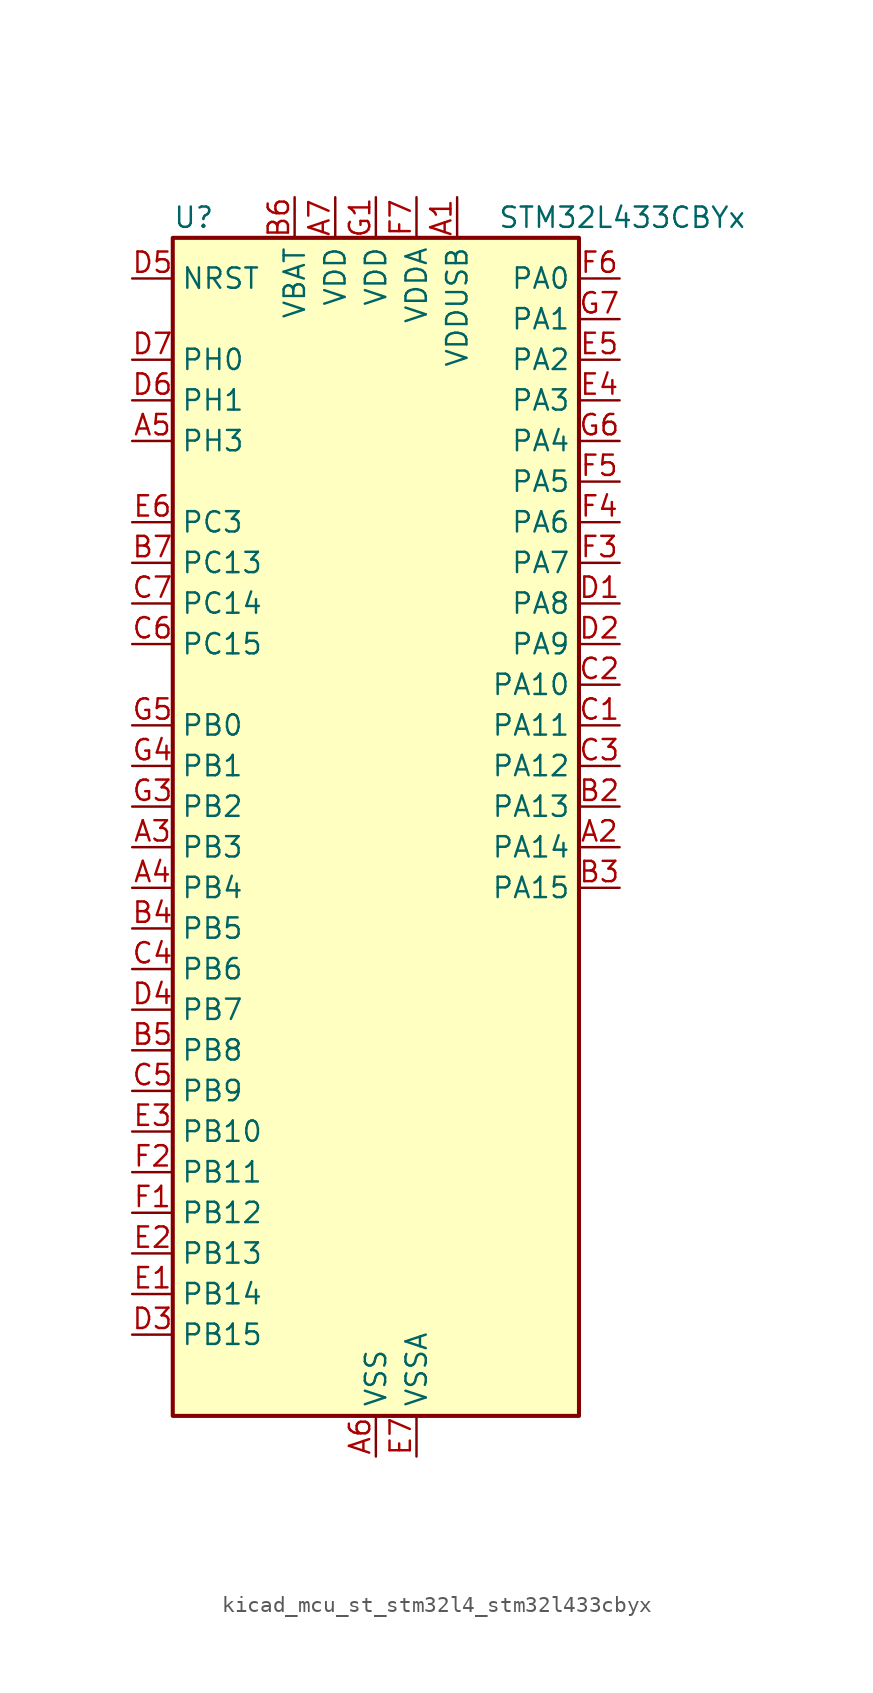
<source format=kicad_sym>
(kicad_symbol_lib
  (version 20220914)
  (generator kicad_symbol_editor)
  (symbol "kicad_mcu_st_stm32l4_stm32l433cbyx"
    (property "Reference" "U"
      (at -12.7 39.37 0)
      (effects (font (size 1.27 1.27)) (justify left)))
    (property "Value" "STM32L433CBYx"
      (at 7.62 39.37 0)
      (effects (font (size 1.27 1.27)) (justify left)))
    (property "ki_locked" ""
      (at 0 0 0)
      (effects (font (size 1.27 1.27))))
    (symbol "kicad_mcu_st_stm32l4_stm32l433cbyx_0_1"
      (rectangle (start -12.7 -35.56) (end 12.7 38.1) (stroke (width 0.254) (type default)) (fill (type background))))
    (symbol "kicad_mcu_st_stm32l4_stm32l433cbyx_1_1"
      (pin power_in line (at 5.08 40.64 270) (length 2.54) (name "VDDUSB" (effects (font (size 1.27 1.27)))) (number "A1" (effects (font (size 1.27 1.27)))))
      (pin bidirectional line (at 15.24 0 180) (length 2.54) (name "PA14" (effects (font (size 1.27 1.27)))) (number "A2" (effects (font (size 1.27 1.27)))) (alternate "I2C1_SMBA" bidirectional line) (alternate "LPTIM1_OUT" bidirectional line) (alternate "SAI1_FS_B" bidirectional line) (alternate "SWPMI1_RX" bidirectional line) (alternate "SYS_JTCK-SWCLK" bidirectional line))
      (pin bidirectional line (at -15.24 0 0) (length 2.54) (name "PB3" (effects (font (size 1.27 1.27)))) (number "A3" (effects (font (size 1.27 1.27)))) (alternate "COMP2_INM" bidirectional line) (alternate "LCD_SEG7" bidirectional line) (alternate "SAI1_SCK_B" bidirectional line) (alternate "SPI1_SCK" bidirectional line) (alternate "SPI3_SCK" bidirectional line) (alternate "SYS_JTDO-SWO" bidirectional line) (alternate "TIM2_CH2" bidirectional line) (alternate "USART1_DE" bidirectional line) (alternate "USART1_RTS" bidirectional line))
      (pin bidirectional line (at -15.24 -2.54 0) (length 2.54) (name "PB4" (effects (font (size 1.27 1.27)))) (number "A4" (effects (font (size 1.27 1.27)))) (alternate "COMP2_INP" bidirectional line) (alternate "I2C3_SDA" bidirectional line) (alternate "LCD_SEG8" bidirectional line) (alternate "SAI1_MCLK_B" bidirectional line) (alternate "SPI1_MISO" bidirectional line) (alternate "SPI3_MISO" bidirectional line) (alternate "SYS_JTRST" bidirectional line) (alternate "TSC_G2_IO1" bidirectional line) (alternate "USART1_CTS" bidirectional line))
      (pin bidirectional line (at -15.24 25.4 0) (length 2.54) (name "PH3" (effects (font (size 1.27 1.27)))) (number "A5" (effects (font (size 1.27 1.27)))))
      (pin power_in line (at 0 -38.1 90) (length 2.54) (name "VSS" (effects (font (size 1.27 1.27)))) (number "A6" (effects (font (size 1.27 1.27)))))
      (pin power_in line (at -2.54 40.64 270) (length 2.54) (name "VDD" (effects (font (size 1.27 1.27)))) (number "A7" (effects (font (size 1.27 1.27)))))
      (pin passive line (at 0 -38.1 90) (length 2.54) hide (name "VSS" (effects (font (size 1.27 1.27)))) (number "B1" (effects (font (size 1.27 1.27)))))
      (pin bidirectional line (at 15.24 2.54 180) (length 2.54) (name "PA13" (effects (font (size 1.27 1.27)))) (number "B2" (effects (font (size 1.27 1.27)))) (alternate "IR_OUT" bidirectional line) (alternate "SAI1_SD_B" bidirectional line) (alternate "SWPMI1_TX" bidirectional line) (alternate "SYS_JTMS-SWDIO" bidirectional line) (alternate "USB_NOE" bidirectional line))
      (pin bidirectional line (at 15.24 -2.54 180) (length 2.54) (name "PA15" (effects (font (size 1.27 1.27)))) (number "B3" (effects (font (size 1.27 1.27)))) (alternate "ADC1_EXTI15" bidirectional line) (alternate "LCD_SEG17" bidirectional line) (alternate "SPI1_NSS" bidirectional line) (alternate "SPI3_NSS" bidirectional line) (alternate "SWPMI1_SUSPEND" bidirectional line) (alternate "SYS_JTDI" bidirectional line) (alternate "TIM2_CH1" bidirectional line) (alternate "TIM2_ETR" bidirectional line) (alternate "USART2_RX" bidirectional line) (alternate "USART3_DE" bidirectional line) (alternate "USART3_RTS" bidirectional line))
      (pin bidirectional line (at -15.24 -5.08 0) (length 2.54) (name "PB5" (effects (font (size 1.27 1.27)))) (number "B4" (effects (font (size 1.27 1.27)))) (alternate "COMP2_OUT" bidirectional line) (alternate "I2C1_SMBA" bidirectional line) (alternate "LCD_SEG9" bidirectional line) (alternate "LPTIM1_IN1" bidirectional line) (alternate "SAI1_SD_B" bidirectional line) (alternate "SPI1_MOSI" bidirectional line) (alternate "SPI3_MOSI" bidirectional line) (alternate "TIM16_BKIN" bidirectional line) (alternate "TSC_G2_IO2" bidirectional line) (alternate "USART1_CK" bidirectional line))
      (pin bidirectional line (at -15.24 -12.7 0) (length 2.54) (name "PB8" (effects (font (size 1.27 1.27)))) (number "B5" (effects (font (size 1.27 1.27)))) (alternate "CAN1_RX" bidirectional line) (alternate "I2C1_SCL" bidirectional line) (alternate "LCD_SEG16" bidirectional line) (alternate "SAI1_MCLK_A" bidirectional line) (alternate "TIM16_CH1" bidirectional line))
      (pin power_in line (at -5.08 40.64 270) (length 2.54) (name "VBAT" (effects (font (size 1.27 1.27)))) (number "B6" (effects (font (size 1.27 1.27)))))
      (pin bidirectional line (at -15.24 17.78 0) (length 2.54) (name "PC13" (effects (font (size 1.27 1.27)))) (number "B7" (effects (font (size 1.27 1.27)))) (alternate "RTC_OUT_ALARM" bidirectional line) (alternate "RTC_OUT_CALIB" bidirectional line) (alternate "RTC_TAMP1" bidirectional line) (alternate "RTC_TS" bidirectional line) (alternate "SYS_WKUP2" bidirectional line))
      (pin bidirectional line (at 15.24 7.62 180) (length 2.54) (name "PA11" (effects (font (size 1.27 1.27)))) (number "C1" (effects (font (size 1.27 1.27)))) (alternate "ADC1_EXTI11" bidirectional line) (alternate "CAN1_RX" bidirectional line) (alternate "COMP1_OUT" bidirectional line) (alternate "SPI1_MISO" bidirectional line) (alternate "TIM1_BKIN2" bidirectional line) (alternate "TIM1_BKIN2_COMP1" bidirectional line) (alternate "TIM1_CH4" bidirectional line) (alternate "USART1_CTS" bidirectional line) (alternate "USB_DM" bidirectional line))
      (pin bidirectional line (at 15.24 10.16 180) (length 2.54) (name "PA10" (effects (font (size 1.27 1.27)))) (number "C2" (effects (font (size 1.27 1.27)))) (alternate "CRS_SYNC" bidirectional line) (alternate "I2C1_SDA" bidirectional line) (alternate "LCD_COM2" bidirectional line) (alternate "SAI1_SD_A" bidirectional line) (alternate "TIM1_CH3" bidirectional line) (alternate "USART1_RX" bidirectional line))
      (pin bidirectional line (at 15.24 5.08 180) (length 2.54) (name "PA12" (effects (font (size 1.27 1.27)))) (number "C3" (effects (font (size 1.27 1.27)))) (alternate "CAN1_TX" bidirectional line) (alternate "SPI1_MOSI" bidirectional line) (alternate "TIM1_ETR" bidirectional line) (alternate "USART1_DE" bidirectional line) (alternate "USART1_RTS" bidirectional line) (alternate "USB_DP" bidirectional line))
      (pin bidirectional line (at -15.24 -7.62 0) (length 2.54) (name "PB6" (effects (font (size 1.27 1.27)))) (number "C4" (effects (font (size 1.27 1.27)))) (alternate "COMP2_INP" bidirectional line) (alternate "I2C1_SCL" bidirectional line) (alternate "LPTIM1_ETR" bidirectional line) (alternate "SAI1_FS_B" bidirectional line) (alternate "TIM16_CH1N" bidirectional line) (alternate "TSC_G2_IO3" bidirectional line) (alternate "USART1_TX" bidirectional line))
      (pin bidirectional line (at -15.24 -15.24 0) (length 2.54) (name "PB9" (effects (font (size 1.27 1.27)))) (number "C5" (effects (font (size 1.27 1.27)))) (alternate "CAN1_TX" bidirectional line) (alternate "DAC1_EXTI9" bidirectional line) (alternate "I2C1_SDA" bidirectional line) (alternate "IR_OUT" bidirectional line) (alternate "LCD_COM3" bidirectional line) (alternate "SAI1_FS_A" bidirectional line) (alternate "SPI2_NSS" bidirectional line))
      (pin bidirectional line (at -15.24 12.7 0) (length 2.54) (name "PC15" (effects (font (size 1.27 1.27)))) (number "C6" (effects (font (size 1.27 1.27)))) (alternate "ADC1_EXTI15" bidirectional line) (alternate "RCC_OSC32_OUT" bidirectional line))
      (pin bidirectional line (at -15.24 15.24 0) (length 2.54) (name "PC14" (effects (font (size 1.27 1.27)))) (number "C7" (effects (font (size 1.27 1.27)))) (alternate "RCC_OSC32_IN" bidirectional line))
      (pin bidirectional line (at 15.24 15.24 180) (length 2.54) (name "PA8" (effects (font (size 1.27 1.27)))) (number "D1" (effects (font (size 1.27 1.27)))) (alternate "LCD_COM0" bidirectional line) (alternate "LPTIM2_OUT" bidirectional line) (alternate "RCC_MCO" bidirectional line) (alternate "SAI1_SCK_A" bidirectional line) (alternate "SWPMI1_IO" bidirectional line) (alternate "TIM1_CH1" bidirectional line) (alternate "USART1_CK" bidirectional line))
      (pin bidirectional line (at 15.24 12.7 180) (length 2.54) (name "PA9" (effects (font (size 1.27 1.27)))) (number "D2" (effects (font (size 1.27 1.27)))) (alternate "DAC1_EXTI9" bidirectional line) (alternate "I2C1_SCL" bidirectional line) (alternate "LCD_COM1" bidirectional line) (alternate "SAI1_FS_A" bidirectional line) (alternate "TIM15_BKIN" bidirectional line) (alternate "TIM1_CH2" bidirectional line) (alternate "USART1_TX" bidirectional line))
      (pin bidirectional line (at -15.24 -30.48 0) (length 2.54) (name "PB15" (effects (font (size 1.27 1.27)))) (number "D3" (effects (font (size 1.27 1.27)))) (alternate "ADC1_EXTI15" bidirectional line) (alternate "LCD_SEG15" bidirectional line) (alternate "RTC_REFIN" bidirectional line) (alternate "SAI1_SD_A" bidirectional line) (alternate "SPI2_MOSI" bidirectional line) (alternate "SWPMI1_SUSPEND" bidirectional line) (alternate "TIM15_CH2" bidirectional line) (alternate "TIM1_CH3N" bidirectional line) (alternate "TSC_G1_IO4" bidirectional line))
      (pin bidirectional line (at -15.24 -10.16 0) (length 2.54) (name "PB7" (effects (font (size 1.27 1.27)))) (number "D4" (effects (font (size 1.27 1.27)))) (alternate "COMP2_INM" bidirectional line) (alternate "I2C1_SDA" bidirectional line) (alternate "LCD_SEG21" bidirectional line) (alternate "LPTIM1_IN2" bidirectional line) (alternate "SYS_PVD_IN" bidirectional line) (alternate "TSC_G2_IO4" bidirectional line) (alternate "USART1_RX" bidirectional line))
      (pin input line (at -15.24 35.56 0) (length 2.54) (name "NRST" (effects (font (size 1.27 1.27)))) (number "D5" (effects (font (size 1.27 1.27)))))
      (pin bidirectional line (at -15.24 27.94 0) (length 2.54) (name "PH1" (effects (font (size 1.27 1.27)))) (number "D6" (effects (font (size 1.27 1.27)))) (alternate "RCC_OSC_OUT" bidirectional line))
      (pin bidirectional line (at -15.24 30.48 0) (length 2.54) (name "PH0" (effects (font (size 1.27 1.27)))) (number "D7" (effects (font (size 1.27 1.27)))) (alternate "RCC_OSC_IN" bidirectional line))
      (pin bidirectional line (at -15.24 -27.94 0) (length 2.54) (name "PB14" (effects (font (size 1.27 1.27)))) (number "E1" (effects (font (size 1.27 1.27)))) (alternate "I2C2_SDA" bidirectional line) (alternate "LCD_SEG14" bidirectional line) (alternate "SAI1_MCLK_A" bidirectional line) (alternate "SPI2_MISO" bidirectional line) (alternate "SWPMI1_RX" bidirectional line) (alternate "TIM15_CH1" bidirectional line) (alternate "TIM1_CH2N" bidirectional line) (alternate "TSC_G1_IO3" bidirectional line) (alternate "USART3_DE" bidirectional line) (alternate "USART3_RTS" bidirectional line))
      (pin bidirectional line (at -15.24 -25.4 0) (length 2.54) (name "PB13" (effects (font (size 1.27 1.27)))) (number "E2" (effects (font (size 1.27 1.27)))) (alternate "I2C2_SCL" bidirectional line) (alternate "LCD_SEG13" bidirectional line) (alternate "LPUART1_CTS" bidirectional line) (alternate "SAI1_SCK_A" bidirectional line) (alternate "SPI2_SCK" bidirectional line) (alternate "SWPMI1_TX" bidirectional line) (alternate "TIM15_CH1N" bidirectional line) (alternate "TIM1_CH1N" bidirectional line) (alternate "TSC_G1_IO2" bidirectional line) (alternate "USART3_CTS" bidirectional line))
      (pin bidirectional line (at -15.24 -17.78 0) (length 2.54) (name "PB10" (effects (font (size 1.27 1.27)))) (number "E3" (effects (font (size 1.27 1.27)))) (alternate "COMP1_OUT" bidirectional line) (alternate "I2C2_SCL" bidirectional line) (alternate "LCD_SEG10" bidirectional line) (alternate "LPUART1_RX" bidirectional line) (alternate "QUADSPI_CLK" bidirectional line) (alternate "SAI1_SCK_A" bidirectional line) (alternate "SPI2_SCK" bidirectional line) (alternate "TIM2_CH3" bidirectional line) (alternate "TSC_SYNC" bidirectional line) (alternate "USART3_TX" bidirectional line))
      (pin bidirectional line (at 15.24 27.94 180) (length 2.54) (name "PA3" (effects (font (size 1.27 1.27)))) (number "E4" (effects (font (size 1.27 1.27)))) (alternate "ADC1_IN8" bidirectional line) (alternate "COMP2_INP" bidirectional line) (alternate "LCD_SEG2" bidirectional line) (alternate "LPUART1_RX" bidirectional line) (alternate "OPAMP1_VOUT" bidirectional line) (alternate "QUADSPI_CLK" bidirectional line) (alternate "SAI1_MCLK_A" bidirectional line) (alternate "TIM15_CH2" bidirectional line) (alternate "TIM2_CH4" bidirectional line) (alternate "USART2_RX" bidirectional line))
      (pin bidirectional line (at 15.24 30.48 180) (length 2.54) (name "PA2" (effects (font (size 1.27 1.27)))) (number "E5" (effects (font (size 1.27 1.27)))) (alternate "ADC1_IN7" bidirectional line) (alternate "COMP2_INM" bidirectional line) (alternate "COMP2_OUT" bidirectional line) (alternate "LCD_SEG1" bidirectional line) (alternate "LPUART1_TX" bidirectional line) (alternate "QUADSPI_BK1_NCS" bidirectional line) (alternate "RCC_LSCO" bidirectional line) (alternate "SYS_WKUP4" bidirectional line) (alternate "TIM15_CH1" bidirectional line) (alternate "TIM2_CH3" bidirectional line) (alternate "USART2_TX" bidirectional line))
      (pin bidirectional line (at -15.24 20.32 0) (length 2.54) (name "PC3" (effects (font (size 1.27 1.27)))) (number "E6" (effects (font (size 1.27 1.27)))) (alternate "ADC1_IN4" bidirectional line) (alternate "LCD_VLCD" bidirectional line) (alternate "LPTIM1_ETR" bidirectional line) (alternate "LPTIM2_ETR" bidirectional line) (alternate "SAI1_SD_A" bidirectional line) (alternate "SPI2_MOSI" bidirectional line))
      (pin power_in line (at 2.54 -38.1 90) (length 2.54) (name "VSSA" (effects (font (size 1.27 1.27)))) (number "E7" (effects (font (size 1.27 1.27)))))
      (pin bidirectional line (at -15.24 -22.86 0) (length 2.54) (name "PB12" (effects (font (size 1.27 1.27)))) (number "F1" (effects (font (size 1.27 1.27)))) (alternate "I2C2_SMBA" bidirectional line) (alternate "LCD_SEG12" bidirectional line) (alternate "LPUART1_DE" bidirectional line) (alternate "LPUART1_RTS" bidirectional line) (alternate "SAI1_FS_A" bidirectional line) (alternate "SPI2_NSS" bidirectional line) (alternate "SWPMI1_IO" bidirectional line) (alternate "TIM15_BKIN" bidirectional line) (alternate "TIM1_BKIN" bidirectional line) (alternate "TIM1_BKIN_COMP2" bidirectional line) (alternate "TSC_G1_IO1" bidirectional line) (alternate "USART3_CK" bidirectional line))
      (pin bidirectional line (at -15.24 -20.32 0) (length 2.54) (name "PB11" (effects (font (size 1.27 1.27)))) (number "F2" (effects (font (size 1.27 1.27)))) (alternate "ADC1_EXTI11" bidirectional line) (alternate "COMP2_OUT" bidirectional line) (alternate "I2C2_SDA" bidirectional line) (alternate "LCD_SEG11" bidirectional line) (alternate "LPUART1_TX" bidirectional line) (alternate "QUADSPI_BK1_NCS" bidirectional line) (alternate "TIM2_CH4" bidirectional line) (alternate "USART3_RX" bidirectional line))
      (pin bidirectional line (at 15.24 17.78 180) (length 2.54) (name "PA7" (effects (font (size 1.27 1.27)))) (number "F3" (effects (font (size 1.27 1.27)))) (alternate "ADC1_IN12" bidirectional line) (alternate "COMP2_OUT" bidirectional line) (alternate "I2C3_SCL" bidirectional line) (alternate "LCD_SEG4" bidirectional line) (alternate "QUADSPI_BK1_IO2" bidirectional line) (alternate "SPI1_MOSI" bidirectional line) (alternate "TIM1_CH1N" bidirectional line))
      (pin bidirectional line (at 15.24 20.32 180) (length 2.54) (name "PA6" (effects (font (size 1.27 1.27)))) (number "F4" (effects (font (size 1.27 1.27)))) (alternate "ADC1_IN11" bidirectional line) (alternate "COMP1_OUT" bidirectional line) (alternate "LCD_SEG3" bidirectional line) (alternate "LPUART1_CTS" bidirectional line) (alternate "QUADSPI_BK1_IO3" bidirectional line) (alternate "SPI1_MISO" bidirectional line) (alternate "TIM16_CH1" bidirectional line) (alternate "TIM1_BKIN" bidirectional line) (alternate "TIM1_BKIN_COMP2" bidirectional line) (alternate "USART3_CTS" bidirectional line))
      (pin bidirectional line (at 15.24 22.86 180) (length 2.54) (name "PA5" (effects (font (size 1.27 1.27)))) (number "F5" (effects (font (size 1.27 1.27)))) (alternate "ADC1_IN10" bidirectional line) (alternate "COMP1_INM" bidirectional line) (alternate "COMP2_INM" bidirectional line) (alternate "DAC1_OUT2" bidirectional line) (alternate "LPTIM2_ETR" bidirectional line) (alternate "SPI1_SCK" bidirectional line) (alternate "TIM2_CH1" bidirectional line) (alternate "TIM2_ETR" bidirectional line))
      (pin bidirectional line (at 15.24 35.56 180) (length 2.54) (name "PA0" (effects (font (size 1.27 1.27)))) (number "F6" (effects (font (size 1.27 1.27)))) (alternate "ADC1_IN5" bidirectional line) (alternate "COMP1_INM" bidirectional line) (alternate "COMP1_OUT" bidirectional line) (alternate "OPAMP1_VINP" bidirectional line) (alternate "RTC_TAMP2" bidirectional line) (alternate "SAI1_EXTCLK" bidirectional line) (alternate "SYS_WKUP1" bidirectional line) (alternate "TIM2_CH1" bidirectional line) (alternate "TIM2_ETR" bidirectional line) (alternate "USART2_CTS" bidirectional line))
      (pin power_in line (at 2.54 40.64 270) (length 2.54) (name "VDDA" (effects (font (size 1.27 1.27)))) (number "F7" (effects (font (size 1.27 1.27)))))
      (pin power_in line (at 0 40.64 270) (length 2.54) (name "VDD" (effects (font (size 1.27 1.27)))) (number "G1" (effects (font (size 1.27 1.27)))))
      (pin passive line (at 0 -38.1 90) (length 2.54) hide (name "VSS" (effects (font (size 1.27 1.27)))) (number "G2" (effects (font (size 1.27 1.27)))))
      (pin bidirectional line (at -15.24 2.54 0) (length 2.54) (name "PB2" (effects (font (size 1.27 1.27)))) (number "G3" (effects (font (size 1.27 1.27)))) (alternate "COMP1_INP" bidirectional line) (alternate "I2C3_SMBA" bidirectional line) (alternate "LCD_VLCD" bidirectional line) (alternate "LPTIM1_OUT" bidirectional line) (alternate "RTC_OUT_ALARM" bidirectional line) (alternate "RTC_OUT_CALIB" bidirectional line))
      (pin bidirectional line (at -15.24 5.08 0) (length 2.54) (name "PB1" (effects (font (size 1.27 1.27)))) (number "G4" (effects (font (size 1.27 1.27)))) (alternate "ADC1_IN16" bidirectional line) (alternate "COMP1_INM" bidirectional line) (alternate "LCD_SEG6" bidirectional line) (alternate "LPTIM2_IN1" bidirectional line) (alternate "LPUART1_DE" bidirectional line) (alternate "LPUART1_RTS" bidirectional line) (alternate "QUADSPI_BK1_IO0" bidirectional line) (alternate "TIM1_CH3N" bidirectional line) (alternate "USART3_DE" bidirectional line) (alternate "USART3_RTS" bidirectional line))
      (pin bidirectional line (at -15.24 7.62 0) (length 2.54) (name "PB0" (effects (font (size 1.27 1.27)))) (number "G5" (effects (font (size 1.27 1.27)))) (alternate "ADC1_IN15" bidirectional line) (alternate "COMP1_OUT" bidirectional line) (alternate "LCD_SEG5" bidirectional line) (alternate "QUADSPI_BK1_IO1" bidirectional line) (alternate "SAI1_EXTCLK" bidirectional line) (alternate "SPI1_NSS" bidirectional line) (alternate "TIM1_CH2N" bidirectional line) (alternate "USART3_CK" bidirectional line))
      (pin bidirectional line (at 15.24 25.4 180) (length 2.54) (name "PA4" (effects (font (size 1.27 1.27)))) (number "G6" (effects (font (size 1.27 1.27)))) (alternate "ADC1_IN9" bidirectional line) (alternate "COMP1_INM" bidirectional line) (alternate "COMP2_INM" bidirectional line) (alternate "DAC1_OUT1" bidirectional line) (alternate "LPTIM2_OUT" bidirectional line) (alternate "SAI1_FS_B" bidirectional line) (alternate "SPI1_NSS" bidirectional line) (alternate "SPI3_NSS" bidirectional line) (alternate "USART2_CK" bidirectional line))
      (pin bidirectional line (at 15.24 33.02 180) (length 2.54) (name "PA1" (effects (font (size 1.27 1.27)))) (number "G7" (effects (font (size 1.27 1.27)))) (alternate "ADC1_IN6" bidirectional line) (alternate "COMP1_INP" bidirectional line) (alternate "I2C1_SMBA" bidirectional line) (alternate "LCD_SEG0" bidirectional line) (alternate "OPAMP1_VINM" bidirectional line) (alternate "SPI1_SCK" bidirectional line) (alternate "TIM15_CH1N" bidirectional line) (alternate "TIM2_CH2" bidirectional line) (alternate "USART2_DE" bidirectional line) (alternate "USART2_RTS" bidirectional line)))))
</source>
